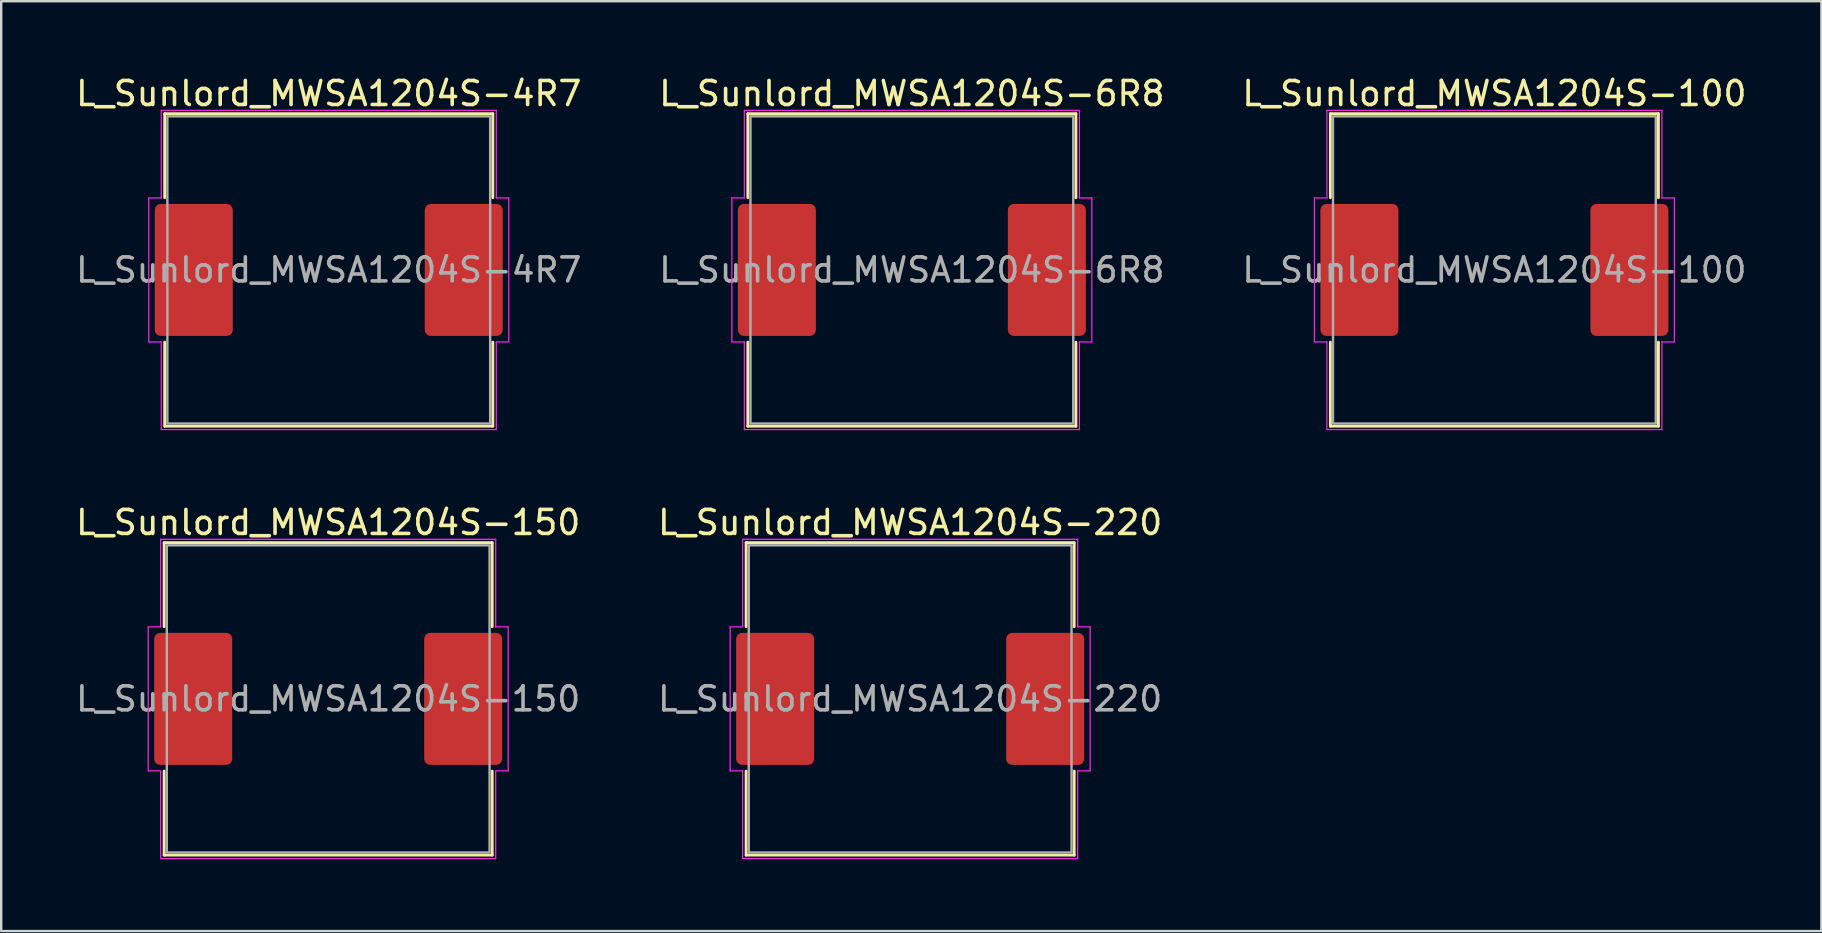
<source format=kicad_pcb>
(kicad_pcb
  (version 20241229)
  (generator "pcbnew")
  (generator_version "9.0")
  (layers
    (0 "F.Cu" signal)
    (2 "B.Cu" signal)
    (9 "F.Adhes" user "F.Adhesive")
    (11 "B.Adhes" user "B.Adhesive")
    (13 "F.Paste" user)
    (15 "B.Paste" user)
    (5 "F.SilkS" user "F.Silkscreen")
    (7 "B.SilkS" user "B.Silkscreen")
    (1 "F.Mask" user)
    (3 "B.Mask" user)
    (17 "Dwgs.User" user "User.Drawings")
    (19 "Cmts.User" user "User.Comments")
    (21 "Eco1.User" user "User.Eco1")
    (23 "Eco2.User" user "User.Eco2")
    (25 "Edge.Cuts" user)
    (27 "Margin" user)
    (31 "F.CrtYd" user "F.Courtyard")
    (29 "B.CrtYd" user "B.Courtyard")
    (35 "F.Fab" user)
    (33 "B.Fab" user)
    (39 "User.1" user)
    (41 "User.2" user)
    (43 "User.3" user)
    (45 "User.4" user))
  (footprint "L_Sunlord_MWSA1204S-6R8"
    (layer "F.Cu")
    (at 34.946 8.198)
    (property "Reference" "L_Sunlord_MWSA1204S-6R8" (at 0 -7.35 0) (layer "F.SilkS") (effects (font (size 1 1) (thickness 0.15))))
    (attr smd)
    (fp_line (start -6.835 -6.51) (end 6.835 -6.51) (stroke (width 0.12) (type solid)) (layer "F.SilkS"))
    (fp_line (start -6.835 -3.01) (end -6.835 -6.51) (stroke (width 0.12) (type solid)) (layer "F.SilkS"))
    (fp_line (start -6.835 6.51) (end -6.835 3.01) (stroke (width 0.12) (type solid)) (layer "F.SilkS"))
    (fp_line (start 6.835 -6.51) (end 6.835 -3.01) (stroke (width 0.12) (type solid)) (layer "F.SilkS"))
    (fp_line (start 6.835 3.01) (end 6.835 6.51) (stroke (width 0.12) (type solid)) (layer "F.SilkS"))
    (fp_line (start 6.835 6.51) (end -6.835 6.51) (stroke (width 0.12) (type solid)) (layer "F.SilkS"))
    (fp_line (start -7.5 -3) (end -6.98 -3) (stroke (width 0.05) (type solid)) (layer "F.CrtYd"))
    (fp_line (start -7.5 3) (end -7.5 -3) (stroke (width 0.05) (type solid)) (layer "F.CrtYd"))
    (fp_line (start -6.98 -6.65) (end 6.98 -6.65) (stroke (width 0.05) (type solid)) (layer "F.CrtYd"))
    (fp_line (start -6.98 -3) (end -6.98 -6.65) (stroke (width 0.05) (type solid)) (layer "F.CrtYd"))
    (fp_line (start -6.98 3) (end -7.5 3) (stroke (width 0.05) (type solid)) (layer "F.CrtYd"))
    (fp_line (start -6.98 6.65) (end -6.98 3) (stroke (width 0.05) (type solid)) (layer "F.CrtYd"))
    (fp_line (start 6.98 -6.65) (end 6.98 -3) (stroke (width 0.05) (type solid)) (layer "F.CrtYd"))
    (fp_line (start 6.98 -3) (end 7.5 -3) (stroke (width 0.05) (type solid)) (layer "F.CrtYd"))
    (fp_line (start 6.98 3) (end 6.98 6.65) (stroke (width 0.05) (type solid)) (layer "F.CrtYd"))
    (fp_line (start 6.98 6.65) (end -6.98 6.65) (stroke (width 0.05) (type solid)) (layer "F.CrtYd"))
    (fp_line (start 7.5 -3) (end 7.5 3) (stroke (width 0.05) (type solid)) (layer "F.CrtYd"))
    (fp_line (start 7.5 3) (end 6.98 3) (stroke (width 0.05) (type solid)) (layer "F.CrtYd"))
    (fp_rect (start -6.725 -6.4) (end 6.725 6.4) (stroke (width 0.1) (type solid)) (fill no) (layer "F.Fab"))
    (fp_text user "${REFERENCE}" (at 0 0 0) (layer "F.Fab") (effects (font (size 1 1) (thickness 0.15))))
    (pad "1" smd roundrect (at -5.625 0) (size 3.25 5.5) (layers "F.Cu" "F.Mask" "F.Paste") (roundrect_rratio 0.077))
    (pad "2" smd roundrect (at 5.625 0) (size 3.25 5.5) (layers "F.Cu" "F.Mask" "F.Paste") (roundrect_rratio 0.077)))
  (footprint "L_Sunlord_MWSA1204S-150"
    (layer "F.Cu")
    (at 10.625 26.072)
    (property "Reference" "L_Sunlord_MWSA1204S-150" (at 0 -7.35 0) (layer "F.SilkS") (effects (font (size 1 1) (thickness 0.15))))
    (attr smd)
    (fp_line (start -6.835 -6.51) (end 6.835 -6.51) (stroke (width 0.12) (type solid)) (layer "F.SilkS"))
    (fp_line (start -6.835 -3.01) (end -6.835 -6.51) (stroke (width 0.12) (type solid)) (layer "F.SilkS"))
    (fp_line (start -6.835 6.51) (end -6.835 3.01) (stroke (width 0.12) (type solid)) (layer "F.SilkS"))
    (fp_line (start 6.835 -6.51) (end 6.835 -3.01) (stroke (width 0.12) (type solid)) (layer "F.SilkS"))
    (fp_line (start 6.835 3.01) (end 6.835 6.51) (stroke (width 0.12) (type solid)) (layer "F.SilkS"))
    (fp_line (start 6.835 6.51) (end -6.835 6.51) (stroke (width 0.12) (type solid)) (layer "F.SilkS"))
    (fp_line (start -7.5 -3) (end -6.98 -3) (stroke (width 0.05) (type solid)) (layer "F.CrtYd"))
    (fp_line (start -7.5 3) (end -7.5 -3) (stroke (width 0.05) (type solid)) (layer "F.CrtYd"))
    (fp_line (start -6.98 -6.65) (end 6.98 -6.65) (stroke (width 0.05) (type solid)) (layer "F.CrtYd"))
    (fp_line (start -6.98 -3) (end -6.98 -6.65) (stroke (width 0.05) (type solid)) (layer "F.CrtYd"))
    (fp_line (start -6.98 3) (end -7.5 3) (stroke (width 0.05) (type solid)) (layer "F.CrtYd"))
    (fp_line (start -6.98 6.65) (end -6.98 3) (stroke (width 0.05) (type solid)) (layer "F.CrtYd"))
    (fp_line (start 6.98 -6.65) (end 6.98 -3) (stroke (width 0.05) (type solid)) (layer "F.CrtYd"))
    (fp_line (start 6.98 -3) (end 7.5 -3) (stroke (width 0.05) (type solid)) (layer "F.CrtYd"))
    (fp_line (start 6.98 3) (end 6.98 6.65) (stroke (width 0.05) (type solid)) (layer "F.CrtYd"))
    (fp_line (start 6.98 6.65) (end -6.98 6.65) (stroke (width 0.05) (type solid)) (layer "F.CrtYd"))
    (fp_line (start 7.5 -3) (end 7.5 3) (stroke (width 0.05) (type solid)) (layer "F.CrtYd"))
    (fp_line (start 7.5 3) (end 6.98 3) (stroke (width 0.05) (type solid)) (layer "F.CrtYd"))
    (fp_rect (start -6.725 -6.4) (end 6.725 6.4) (stroke (width 0.1) (type solid)) (fill no) (layer "F.Fab"))
    (fp_text user "${REFERENCE}" (at 0 0 0) (layer "F.Fab") (effects (font (size 1 1) (thickness 0.15))))
    (pad "1" smd roundrect (at -5.625 0) (size 3.25 5.5) (layers "F.Cu" "F.Mask" "F.Paste") (roundrect_rratio 0.077))
    (pad "2" smd roundrect (at 5.625 0) (size 3.25 5.5) (layers "F.Cu" "F.Mask" "F.Paste") (roundrect_rratio 0.077)))
  (footprint "L_Sunlord_MWSA1204S-100"
    (layer "F.Cu")
    (at 59.22 8.198)
    (property "Reference" "L_Sunlord_MWSA1204S-100" (at 0 -7.35 0) (layer "F.SilkS") (effects (font (size 1 1) (thickness 0.15))))
    (attr smd)
    (fp_line (start -6.835 -6.51) (end 6.835 -6.51) (stroke (width 0.12) (type solid)) (layer "F.SilkS"))
    (fp_line (start -6.835 -3.01) (end -6.835 -6.51) (stroke (width 0.12) (type solid)) (layer "F.SilkS"))
    (fp_line (start -6.835 6.51) (end -6.835 3.01) (stroke (width 0.12) (type solid)) (layer "F.SilkS"))
    (fp_line (start 6.835 -6.51) (end 6.835 -3.01) (stroke (width 0.12) (type solid)) (layer "F.SilkS"))
    (fp_line (start 6.835 3.01) (end 6.835 6.51) (stroke (width 0.12) (type solid)) (layer "F.SilkS"))
    (fp_line (start 6.835 6.51) (end -6.835 6.51) (stroke (width 0.12) (type solid)) (layer "F.SilkS"))
    (fp_line (start -7.5 -3) (end -6.98 -3) (stroke (width 0.05) (type solid)) (layer "F.CrtYd"))
    (fp_line (start -7.5 3) (end -7.5 -3) (stroke (width 0.05) (type solid)) (layer "F.CrtYd"))
    (fp_line (start -6.98 -6.65) (end 6.98 -6.65) (stroke (width 0.05) (type solid)) (layer "F.CrtYd"))
    (fp_line (start -6.98 -3) (end -6.98 -6.65) (stroke (width 0.05) (type solid)) (layer "F.CrtYd"))
    (fp_line (start -6.98 3) (end -7.5 3) (stroke (width 0.05) (type solid)) (layer "F.CrtYd"))
    (fp_line (start -6.98 6.65) (end -6.98 3) (stroke (width 0.05) (type solid)) (layer "F.CrtYd"))
    (fp_line (start 6.98 -6.65) (end 6.98 -3) (stroke (width 0.05) (type solid)) (layer "F.CrtYd"))
    (fp_line (start 6.98 -3) (end 7.5 -3) (stroke (width 0.05) (type solid)) (layer "F.CrtYd"))
    (fp_line (start 6.98 3) (end 6.98 6.65) (stroke (width 0.05) (type solid)) (layer "F.CrtYd"))
    (fp_line (start 6.98 6.65) (end -6.98 6.65) (stroke (width 0.05) (type solid)) (layer "F.CrtYd"))
    (fp_line (start 7.5 -3) (end 7.5 3) (stroke (width 0.05) (type solid)) (layer "F.CrtYd"))
    (fp_line (start 7.5 3) (end 6.98 3) (stroke (width 0.05) (type solid)) (layer "F.CrtYd"))
    (fp_rect (start -6.725 -6.4) (end 6.725 6.4) (stroke (width 0.1) (type solid)) (fill no) (layer "F.Fab"))
    (fp_text user "${REFERENCE}" (at 0 0 0) (layer "F.Fab") (effects (font (size 1 1) (thickness 0.15))))
    (pad "1" smd roundrect (at -5.625 0) (size 3.25 5.5) (layers "F.Cu" "F.Mask" "F.Paste") (roundrect_rratio 0.077))
    (pad "2" smd roundrect (at 5.625 0) (size 3.25 5.5) (layers "F.Cu" "F.Mask" "F.Paste") (roundrect_rratio 0.077)))
  (footprint "L_Sunlord_MWSA1204S-220"
    (layer "F.Cu")
    (at 34.875 26.072)
    (property "Reference" "L_Sunlord_MWSA1204S-220" (at 0 -7.35 0) (layer "F.SilkS") (effects (font (size 1 1) (thickness 0.15))))
    (attr smd)
    (fp_line (start -6.835 -6.51) (end 6.835 -6.51) (stroke (width 0.12) (type solid)) (layer "F.SilkS"))
    (fp_line (start -6.835 -3.01) (end -6.835 -6.51) (stroke (width 0.12) (type solid)) (layer "F.SilkS"))
    (fp_line (start -6.835 6.51) (end -6.835 3.01) (stroke (width 0.12) (type solid)) (layer "F.SilkS"))
    (fp_line (start 6.835 -6.51) (end 6.835 -3.01) (stroke (width 0.12) (type solid)) (layer "F.SilkS"))
    (fp_line (start 6.835 3.01) (end 6.835 6.51) (stroke (width 0.12) (type solid)) (layer "F.SilkS"))
    (fp_line (start 6.835 6.51) (end -6.835 6.51) (stroke (width 0.12) (type solid)) (layer "F.SilkS"))
    (fp_line (start -7.5 -3) (end -6.98 -3) (stroke (width 0.05) (type solid)) (layer "F.CrtYd"))
    (fp_line (start -7.5 3) (end -7.5 -3) (stroke (width 0.05) (type solid)) (layer "F.CrtYd"))
    (fp_line (start -6.98 -6.65) (end 6.98 -6.65) (stroke (width 0.05) (type solid)) (layer "F.CrtYd"))
    (fp_line (start -6.98 -3) (end -6.98 -6.65) (stroke (width 0.05) (type solid)) (layer "F.CrtYd"))
    (fp_line (start -6.98 3) (end -7.5 3) (stroke (width 0.05) (type solid)) (layer "F.CrtYd"))
    (fp_line (start -6.98 6.65) (end -6.98 3) (stroke (width 0.05) (type solid)) (layer "F.CrtYd"))
    (fp_line (start 6.98 -6.65) (end 6.98 -3) (stroke (width 0.05) (type solid)) (layer "F.CrtYd"))
    (fp_line (start 6.98 -3) (end 7.5 -3) (stroke (width 0.05) (type solid)) (layer "F.CrtYd"))
    (fp_line (start 6.98 3) (end 6.98 6.65) (stroke (width 0.05) (type solid)) (layer "F.CrtYd"))
    (fp_line (start 6.98 6.65) (end -6.98 6.65) (stroke (width 0.05) (type solid)) (layer "F.CrtYd"))
    (fp_line (start 7.5 -3) (end 7.5 3) (stroke (width 0.05) (type solid)) (layer "F.CrtYd"))
    (fp_line (start 7.5 3) (end 6.98 3) (stroke (width 0.05) (type solid)) (layer "F.CrtYd"))
    (fp_rect (start -6.725 -6.4) (end 6.725 6.4) (stroke (width 0.1) (type solid)) (fill no) (layer "F.Fab"))
    (fp_text user "${REFERENCE}" (at 0 0 0) (layer "F.Fab") (effects (font (size 1 1) (thickness 0.15))))
    (pad "1" smd roundrect (at -5.625 0) (size 3.25 5.5) (layers "F.Cu" "F.Mask" "F.Paste") (roundrect_rratio 0.077))
    (pad "2" smd roundrect (at 5.625 0) (size 3.25 5.5) (layers "F.Cu" "F.Mask" "F.Paste") (roundrect_rratio 0.077)))
  (footprint "L_Sunlord_MWSA1204S-4R7"
    (layer "F.Cu")
    (at 10.649 8.198)
    (property "Reference" "L_Sunlord_MWSA1204S-4R7" (at 0 -7.35 0) (layer "F.SilkS") (effects (font (size 1 1) (thickness 0.15))))
    (attr smd)
    (fp_line (start -6.835 -6.51) (end 6.835 -6.51) (stroke (width 0.12) (type solid)) (layer "F.SilkS"))
    (fp_line (start -6.835 -3.01) (end -6.835 -6.51) (stroke (width 0.12) (type solid)) (layer "F.SilkS"))
    (fp_line (start -6.835 6.51) (end -6.835 3.01) (stroke (width 0.12) (type solid)) (layer "F.SilkS"))
    (fp_line (start 6.835 -6.51) (end 6.835 -3.01) (stroke (width 0.12) (type solid)) (layer "F.SilkS"))
    (fp_line (start 6.835 3.01) (end 6.835 6.51) (stroke (width 0.12) (type solid)) (layer "F.SilkS"))
    (fp_line (start 6.835 6.51) (end -6.835 6.51) (stroke (width 0.12) (type solid)) (layer "F.SilkS"))
    (fp_line (start -7.5 -3) (end -6.98 -3) (stroke (width 0.05) (type solid)) (layer "F.CrtYd"))
    (fp_line (start -7.5 3) (end -7.5 -3) (stroke (width 0.05) (type solid)) (layer "F.CrtYd"))
    (fp_line (start -6.98 -6.65) (end 6.98 -6.65) (stroke (width 0.05) (type solid)) (layer "F.CrtYd"))
    (fp_line (start -6.98 -3) (end -6.98 -6.65) (stroke (width 0.05) (type solid)) (layer "F.CrtYd"))
    (fp_line (start -6.98 3) (end -7.5 3) (stroke (width 0.05) (type solid)) (layer "F.CrtYd"))
    (fp_line (start -6.98 6.65) (end -6.98 3) (stroke (width 0.05) (type solid)) (layer "F.CrtYd"))
    (fp_line (start 6.98 -6.65) (end 6.98 -3) (stroke (width 0.05) (type solid)) (layer "F.CrtYd"))
    (fp_line (start 6.98 -3) (end 7.5 -3) (stroke (width 0.05) (type solid)) (layer "F.CrtYd"))
    (fp_line (start 6.98 3) (end 6.98 6.65) (stroke (width 0.05) (type solid)) (layer "F.CrtYd"))
    (fp_line (start 6.98 6.65) (end -6.98 6.65) (stroke (width 0.05) (type solid)) (layer "F.CrtYd"))
    (fp_line (start 7.5 -3) (end 7.5 3) (stroke (width 0.05) (type solid)) (layer "F.CrtYd"))
    (fp_line (start 7.5 3) (end 6.98 3) (stroke (width 0.05) (type solid)) (layer "F.CrtYd"))
    (fp_rect (start -6.725 -6.4) (end 6.725 6.4) (stroke (width 0.1) (type solid)) (fill no) (layer "F.Fab"))
    (fp_text user "${REFERENCE}" (at 0 0 0) (layer "F.Fab") (effects (font (size 1 1) (thickness 0.15))))
    (pad "1" smd roundrect (at -5.625 0) (size 3.25 5.5) (layers "F.Cu" "F.Mask" "F.Paste") (roundrect_rratio 0.077))
    (pad "2" smd roundrect (at 5.625 0) (size 3.25 5.5) (layers "F.Cu" "F.Mask" "F.Paste") (roundrect_rratio 0.077)))
  (gr_rect
    (start -3 -3)
    (end 72.845 35.746)
    (stroke (width 0.1) (type default))
    (fill no)
    (layer "Edge.Cuts")))
</source>
